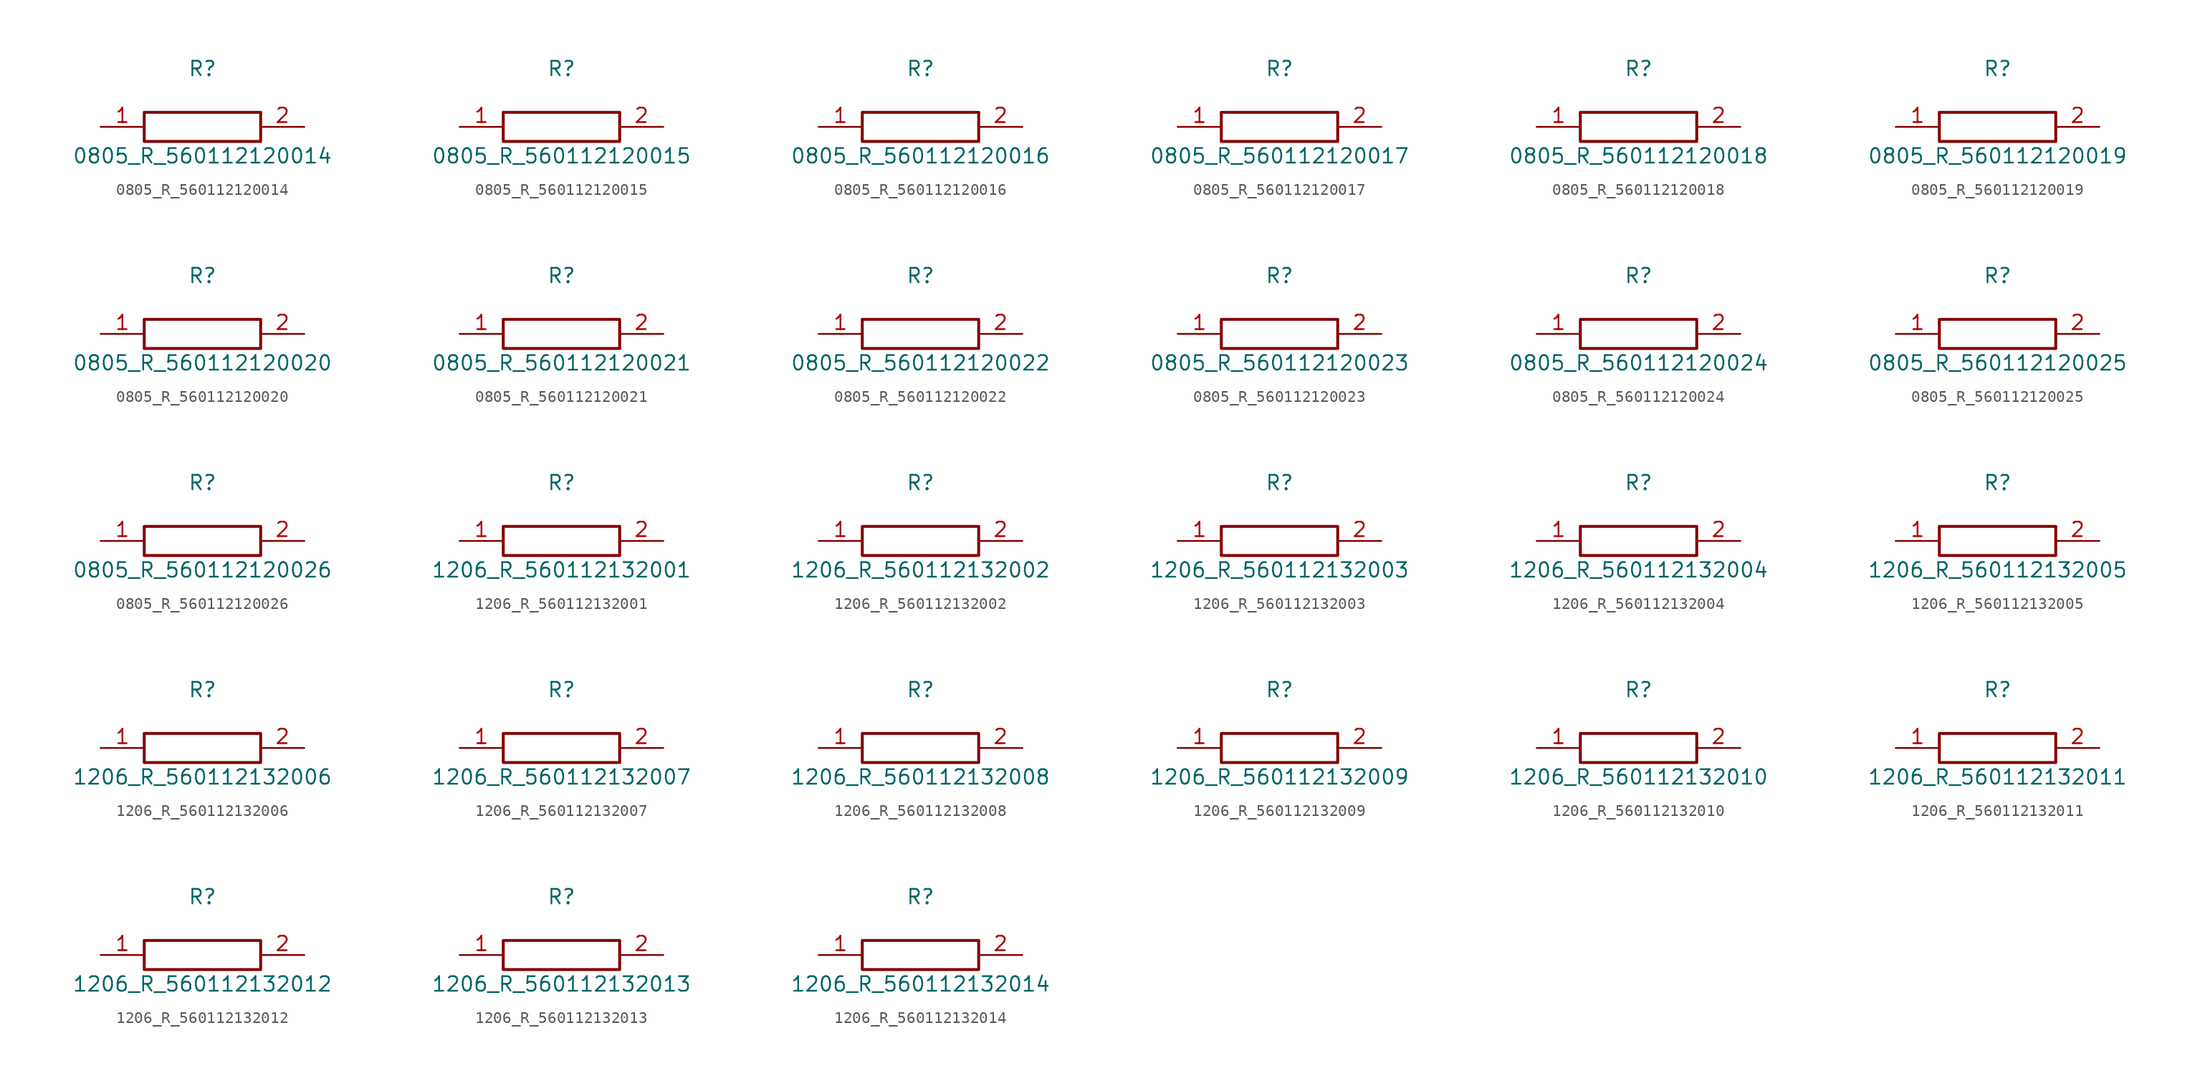
<source format=kicad_sym>
(kicad_symbol_lib
  (version 20211014)
  (generator kicad_symbol_editor)
  (symbol "Resistor_Wurth_WRIS-RSKS:0805_R_560112120014"
    (pin_names hide)
    (property "Reference" "R"
      (at 0 5.08 0)
      (effects (font (size 1.27 1.27))))
    (property "Value" "0805_R_560112120014"
      (at 0 -2.54 0)
      (effects (font (size 1.27 1.27))))
    (symbol "0805_R_560112120014_0_1"
      (rectangle (start -5.08 1.27) (end 5.08 -1.27) (stroke (width 0.254) (type solid)) (fill (type none)))
      (pin passive line (at -8.89 0 0) (length 3.81) (name "1" (effects (font (size 1.27 1.27)))) (number "1" (effects (font (size 1.27 1.27)))))
      (pin passive line (at 8.89 0 180) (length 3.81) (name "2" (effects (font (size 1.27 1.27)))) (number "2" (effects (font (size 1.27 1.27)))))))
  (symbol "Resistor_Wurth_WRIS-RSKS:0805_R_560112120015"
    (pin_names hide)
    (property "Reference" "R"
      (at 0 5.08 0)
      (effects (font (size 1.27 1.27))))
    (property "Value" "0805_R_560112120015"
      (at 0 -2.54 0)
      (effects (font (size 1.27 1.27))))
    (symbol "0805_R_560112120015_0_1"
      (rectangle (start -5.08 1.27) (end 5.08 -1.27) (stroke (width 0.254) (type solid)) (fill (type none)))
      (pin passive line (at -8.89 0 0) (length 3.81) (name "1" (effects (font (size 1.27 1.27)))) (number "1" (effects (font (size 1.27 1.27)))))
      (pin passive line (at 8.89 0 180) (length 3.81) (name "2" (effects (font (size 1.27 1.27)))) (number "2" (effects (font (size 1.27 1.27)))))))
  (symbol "Resistor_Wurth_WRIS-RSKS:0805_R_560112120016"
    (pin_names hide)
    (property "Reference" "R"
      (at 0 5.08 0)
      (effects (font (size 1.27 1.27))))
    (property "Value" "0805_R_560112120016"
      (at 0 -2.54 0)
      (effects (font (size 1.27 1.27))))
    (symbol "0805_R_560112120016_0_1"
      (rectangle (start -5.08 1.27) (end 5.08 -1.27) (stroke (width 0.254) (type solid)) (fill (type none)))
      (pin passive line (at -8.89 0 0) (length 3.81) (name "1" (effects (font (size 1.27 1.27)))) (number "1" (effects (font (size 1.27 1.27)))))
      (pin passive line (at 8.89 0 180) (length 3.81) (name "2" (effects (font (size 1.27 1.27)))) (number "2" (effects (font (size 1.27 1.27)))))))
  (symbol "Resistor_Wurth_WRIS-RSKS:0805_R_560112120017"
    (pin_names hide)
    (property "Reference" "R"
      (at 0 5.08 0)
      (effects (font (size 1.27 1.27))))
    (property "Value" "0805_R_560112120017"
      (at 0 -2.54 0)
      (effects (font (size 1.27 1.27))))
    (symbol "0805_R_560112120017_0_1"
      (rectangle (start -5.08 1.27) (end 5.08 -1.27) (stroke (width 0.254) (type solid)) (fill (type none)))
      (pin passive line (at -8.89 0 0) (length 3.81) (name "1" (effects (font (size 1.27 1.27)))) (number "1" (effects (font (size 1.27 1.27)))))
      (pin passive line (at 8.89 0 180) (length 3.81) (name "2" (effects (font (size 1.27 1.27)))) (number "2" (effects (font (size 1.27 1.27)))))))
  (symbol "Resistor_Wurth_WRIS-RSKS:0805_R_560112120018"
    (pin_names hide)
    (property "Reference" "R"
      (at 0 5.08 0)
      (effects (font (size 1.27 1.27))))
    (property "Value" "0805_R_560112120018"
      (at 0 -2.54 0)
      (effects (font (size 1.27 1.27))))
    (symbol "0805_R_560112120018_0_1"
      (rectangle (start -5.08 1.27) (end 5.08 -1.27) (stroke (width 0.254) (type solid)) (fill (type none)))
      (pin passive line (at -8.89 0 0) (length 3.81) (name "1" (effects (font (size 1.27 1.27)))) (number "1" (effects (font (size 1.27 1.27)))))
      (pin passive line (at 8.89 0 180) (length 3.81) (name "2" (effects (font (size 1.27 1.27)))) (number "2" (effects (font (size 1.27 1.27)))))))
  (symbol "Resistor_Wurth_WRIS-RSKS:0805_R_560112120019"
    (pin_names hide)
    (property "Reference" "R"
      (at 0 5.08 0)
      (effects (font (size 1.27 1.27))))
    (property "Value" "0805_R_560112120019"
      (at 0 -2.54 0)
      (effects (font (size 1.27 1.27))))
    (symbol "0805_R_560112120019_0_1"
      (rectangle (start -5.08 1.27) (end 5.08 -1.27) (stroke (width 0.254) (type solid)) (fill (type none)))
      (pin passive line (at -8.89 0 0) (length 3.81) (name "1" (effects (font (size 1.27 1.27)))) (number "1" (effects (font (size 1.27 1.27)))))
      (pin passive line (at 8.89 0 180) (length 3.81) (name "2" (effects (font (size 1.27 1.27)))) (number "2" (effects (font (size 1.27 1.27)))))))
  (symbol "Resistor_Wurth_WRIS-RSKS:0805_R_560112120020"
    (pin_names hide)
    (property "Reference" "R"
      (at 0 5.08 0)
      (effects (font (size 1.27 1.27))))
    (property "Value" "0805_R_560112120020"
      (at 0 -2.54 0)
      (effects (font (size 1.27 1.27))))
    (symbol "0805_R_560112120020_0_1"
      (rectangle (start -5.08 1.27) (end 5.08 -1.27) (stroke (width 0.254) (type solid)) (fill (type none)))
      (pin passive line (at -8.89 0 0) (length 3.81) (name "1" (effects (font (size 1.27 1.27)))) (number "1" (effects (font (size 1.27 1.27)))))
      (pin passive line (at 8.89 0 180) (length 3.81) (name "2" (effects (font (size 1.27 1.27)))) (number "2" (effects (font (size 1.27 1.27)))))))
  (symbol "Resistor_Wurth_WRIS-RSKS:0805_R_560112120021"
    (pin_names hide)
    (property "Reference" "R"
      (at 0 5.08 0)
      (effects (font (size 1.27 1.27))))
    (property "Value" "0805_R_560112120021"
      (at 0 -2.54 0)
      (effects (font (size 1.27 1.27))))
    (symbol "0805_R_560112120021_0_1"
      (rectangle (start -5.08 1.27) (end 5.08 -1.27) (stroke (width 0.254) (type solid)) (fill (type none)))
      (pin passive line (at -8.89 0 0) (length 3.81) (name "1" (effects (font (size 1.27 1.27)))) (number "1" (effects (font (size 1.27 1.27)))))
      (pin passive line (at 8.89 0 180) (length 3.81) (name "2" (effects (font (size 1.27 1.27)))) (number "2" (effects (font (size 1.27 1.27)))))))
  (symbol "Resistor_Wurth_WRIS-RSKS:0805_R_560112120022"
    (pin_names hide)
    (property "Reference" "R"
      (at 0 5.08 0)
      (effects (font (size 1.27 1.27))))
    (property "Value" "0805_R_560112120022"
      (at 0 -2.54 0)
      (effects (font (size 1.27 1.27))))
    (symbol "0805_R_560112120022_0_1"
      (rectangle (start -5.08 1.27) (end 5.08 -1.27) (stroke (width 0.254) (type solid)) (fill (type none)))
      (pin passive line (at -8.89 0 0) (length 3.81) (name "1" (effects (font (size 1.27 1.27)))) (number "1" (effects (font (size 1.27 1.27)))))
      (pin passive line (at 8.89 0 180) (length 3.81) (name "2" (effects (font (size 1.27 1.27)))) (number "2" (effects (font (size 1.27 1.27)))))))
  (symbol "Resistor_Wurth_WRIS-RSKS:0805_R_560112120023"
    (pin_names hide)
    (property "Reference" "R"
      (at 0 5.08 0)
      (effects (font (size 1.27 1.27))))
    (property "Value" "0805_R_560112120023"
      (at 0 -2.54 0)
      (effects (font (size 1.27 1.27))))
    (symbol "0805_R_560112120023_0_1"
      (rectangle (start -5.08 1.27) (end 5.08 -1.27) (stroke (width 0.254) (type solid)) (fill (type none)))
      (pin passive line (at -8.89 0 0) (length 3.81) (name "1" (effects (font (size 1.27 1.27)))) (number "1" (effects (font (size 1.27 1.27)))))
      (pin passive line (at 8.89 0 180) (length 3.81) (name "2" (effects (font (size 1.27 1.27)))) (number "2" (effects (font (size 1.27 1.27)))))))
  (symbol "Resistor_Wurth_WRIS-RSKS:0805_R_560112120024"
    (pin_names hide)
    (property "Reference" "R"
      (at 0 5.08 0)
      (effects (font (size 1.27 1.27))))
    (property "Value" "0805_R_560112120024"
      (at 0 -2.54 0)
      (effects (font (size 1.27 1.27))))
    (symbol "0805_R_560112120024_0_1"
      (rectangle (start -5.08 1.27) (end 5.08 -1.27) (stroke (width 0.254) (type solid)) (fill (type none)))
      (pin passive line (at -8.89 0 0) (length 3.81) (name "1" (effects (font (size 1.27 1.27)))) (number "1" (effects (font (size 1.27 1.27)))))
      (pin passive line (at 8.89 0 180) (length 3.81) (name "2" (effects (font (size 1.27 1.27)))) (number "2" (effects (font (size 1.27 1.27)))))))
  (symbol "Resistor_Wurth_WRIS-RSKS:0805_R_560112120025"
    (pin_names hide)
    (property "Reference" "R"
      (at 0 5.08 0)
      (effects (font (size 1.27 1.27))))
    (property "Value" "0805_R_560112120025"
      (at 0 -2.54 0)
      (effects (font (size 1.27 1.27))))
    (symbol "0805_R_560112120025_0_1"
      (rectangle (start -5.08 1.27) (end 5.08 -1.27) (stroke (width 0.254) (type solid)) (fill (type none)))
      (pin passive line (at -8.89 0 0) (length 3.81) (name "1" (effects (font (size 1.27 1.27)))) (number "1" (effects (font (size 1.27 1.27)))))
      (pin passive line (at 8.89 0 180) (length 3.81) (name "2" (effects (font (size 1.27 1.27)))) (number "2" (effects (font (size 1.27 1.27)))))))
  (symbol "Resistor_Wurth_WRIS-RSKS:0805_R_560112120026"
    (pin_names hide)
    (property "Reference" "R"
      (at 0 5.08 0)
      (effects (font (size 1.27 1.27))))
    (property "Value" "0805_R_560112120026"
      (at 0 -2.54 0)
      (effects (font (size 1.27 1.27))))
    (symbol "0805_R_560112120026_0_1"
      (rectangle (start -5.08 1.27) (end 5.08 -1.27) (stroke (width 0.254) (type solid)) (fill (type none)))
      (pin passive line (at -8.89 0 0) (length 3.81) (name "1" (effects (font (size 1.27 1.27)))) (number "1" (effects (font (size 1.27 1.27)))))
      (pin passive line (at 8.89 0 180) (length 3.81) (name "2" (effects (font (size 1.27 1.27)))) (number "2" (effects (font (size 1.27 1.27)))))))
  (symbol "Resistor_Wurth_WRIS-RSKS:1206_R_560112132001"
    (pin_names hide)
    (property "Reference" "R"
      (at 0 5.08 0)
      (effects (font (size 1.27 1.27))))
    (property "Value" "1206_R_560112132001"
      (at 0 -2.54 0)
      (effects (font (size 1.27 1.27))))
    (symbol "1206_R_560112132001_0_1"
      (rectangle (start -5.08 1.27) (end 5.08 -1.27) (stroke (width 0.254) (type solid)) (fill (type none)))
      (pin passive line (at -8.89 0 0) (length 3.81) (name "1" (effects (font (size 1.27 1.27)))) (number "1" (effects (font (size 1.27 1.27)))))
      (pin passive line (at 8.89 0 180) (length 3.81) (name "2" (effects (font (size 1.27 1.27)))) (number "2" (effects (font (size 1.27 1.27)))))))
  (symbol "Resistor_Wurth_WRIS-RSKS:1206_R_560112132002"
    (pin_names hide)
    (property "Reference" "R"
      (at 0 5.08 0)
      (effects (font (size 1.27 1.27))))
    (property "Value" "1206_R_560112132002"
      (at 0 -2.54 0)
      (effects (font (size 1.27 1.27))))
    (symbol "1206_R_560112132002_0_1"
      (rectangle (start -5.08 1.27) (end 5.08 -1.27) (stroke (width 0.254) (type solid)) (fill (type none)))
      (pin passive line (at -8.89 0 0) (length 3.81) (name "1" (effects (font (size 1.27 1.27)))) (number "1" (effects (font (size 1.27 1.27)))))
      (pin passive line (at 8.89 0 180) (length 3.81) (name "2" (effects (font (size 1.27 1.27)))) (number "2" (effects (font (size 1.27 1.27)))))))
  (symbol "Resistor_Wurth_WRIS-RSKS:1206_R_560112132003"
    (pin_names hide)
    (property "Reference" "R"
      (at 0 5.08 0)
      (effects (font (size 1.27 1.27))))
    (property "Value" "1206_R_560112132003"
      (at 0 -2.54 0)
      (effects (font (size 1.27 1.27))))
    (symbol "1206_R_560112132003_0_1"
      (rectangle (start -5.08 1.27) (end 5.08 -1.27) (stroke (width 0.254) (type solid)) (fill (type none)))
      (pin passive line (at -8.89 0 0) (length 3.81) (name "1" (effects (font (size 1.27 1.27)))) (number "1" (effects (font (size 1.27 1.27)))))
      (pin passive line (at 8.89 0 180) (length 3.81) (name "2" (effects (font (size 1.27 1.27)))) (number "2" (effects (font (size 1.27 1.27)))))))
  (symbol "Resistor_Wurth_WRIS-RSKS:1206_R_560112132004"
    (pin_names hide)
    (property "Reference" "R"
      (at 0 5.08 0)
      (effects (font (size 1.27 1.27))))
    (property "Value" "1206_R_560112132004"
      (at 0 -2.54 0)
      (effects (font (size 1.27 1.27))))
    (symbol "1206_R_560112132004_0_1"
      (rectangle (start -5.08 1.27) (end 5.08 -1.27) (stroke (width 0.254) (type solid)) (fill (type none)))
      (pin passive line (at -8.89 0 0) (length 3.81) (name "1" (effects (font (size 1.27 1.27)))) (number "1" (effects (font (size 1.27 1.27)))))
      (pin passive line (at 8.89 0 180) (length 3.81) (name "2" (effects (font (size 1.27 1.27)))) (number "2" (effects (font (size 1.27 1.27)))))))
  (symbol "Resistor_Wurth_WRIS-RSKS:1206_R_560112132005"
    (pin_names hide)
    (property "Reference" "R"
      (at 0 5.08 0)
      (effects (font (size 1.27 1.27))))
    (property "Value" "1206_R_560112132005"
      (at 0 -2.54 0)
      (effects (font (size 1.27 1.27))))
    (symbol "1206_R_560112132005_0_1"
      (rectangle (start -5.08 1.27) (end 5.08 -1.27) (stroke (width 0.254) (type solid)) (fill (type none)))
      (pin passive line (at -8.89 0 0) (length 3.81) (name "1" (effects (font (size 1.27 1.27)))) (number "1" (effects (font (size 1.27 1.27)))))
      (pin passive line (at 8.89 0 180) (length 3.81) (name "2" (effects (font (size 1.27 1.27)))) (number "2" (effects (font (size 1.27 1.27)))))))
  (symbol "Resistor_Wurth_WRIS-RSKS:1206_R_560112132006"
    (pin_names hide)
    (property "Reference" "R"
      (at 0 5.08 0)
      (effects (font (size 1.27 1.27))))
    (property "Value" "1206_R_560112132006"
      (at 0 -2.54 0)
      (effects (font (size 1.27 1.27))))
    (symbol "1206_R_560112132006_0_1"
      (rectangle (start -5.08 1.27) (end 5.08 -1.27) (stroke (width 0.254) (type solid)) (fill (type none)))
      (pin passive line (at -8.89 0 0) (length 3.81) (name "1" (effects (font (size 1.27 1.27)))) (number "1" (effects (font (size 1.27 1.27)))))
      (pin passive line (at 8.89 0 180) (length 3.81) (name "2" (effects (font (size 1.27 1.27)))) (number "2" (effects (font (size 1.27 1.27)))))))
  (symbol "Resistor_Wurth_WRIS-RSKS:1206_R_560112132007"
    (pin_names hide)
    (property "Reference" "R"
      (at 0 5.08 0)
      (effects (font (size 1.27 1.27))))
    (property "Value" "1206_R_560112132007"
      (at 0 -2.54 0)
      (effects (font (size 1.27 1.27))))
    (symbol "1206_R_560112132007_0_1"
      (rectangle (start -5.08 1.27) (end 5.08 -1.27) (stroke (width 0.254) (type solid)) (fill (type none)))
      (pin passive line (at -8.89 0 0) (length 3.81) (name "1" (effects (font (size 1.27 1.27)))) (number "1" (effects (font (size 1.27 1.27)))))
      (pin passive line (at 8.89 0 180) (length 3.81) (name "2" (effects (font (size 1.27 1.27)))) (number "2" (effects (font (size 1.27 1.27)))))))
  (symbol "Resistor_Wurth_WRIS-RSKS:1206_R_560112132008"
    (pin_names hide)
    (property "Reference" "R"
      (at 0 5.08 0)
      (effects (font (size 1.27 1.27))))
    (property "Value" "1206_R_560112132008"
      (at 0 -2.54 0)
      (effects (font (size 1.27 1.27))))
    (symbol "1206_R_560112132008_0_1"
      (rectangle (start -5.08 1.27) (end 5.08 -1.27) (stroke (width 0.254) (type solid)) (fill (type none)))
      (pin passive line (at -8.89 0 0) (length 3.81) (name "1" (effects (font (size 1.27 1.27)))) (number "1" (effects (font (size 1.27 1.27)))))
      (pin passive line (at 8.89 0 180) (length 3.81) (name "2" (effects (font (size 1.27 1.27)))) (number "2" (effects (font (size 1.27 1.27)))))))
  (symbol "Resistor_Wurth_WRIS-RSKS:1206_R_560112132009"
    (pin_names hide)
    (property "Reference" "R"
      (at 0 5.08 0)
      (effects (font (size 1.27 1.27))))
    (property "Value" "1206_R_560112132009"
      (at 0 -2.54 0)
      (effects (font (size 1.27 1.27))))
    (symbol "1206_R_560112132009_0_1"
      (rectangle (start -5.08 1.27) (end 5.08 -1.27) (stroke (width 0.254) (type solid)) (fill (type none)))
      (pin passive line (at -8.89 0 0) (length 3.81) (name "1" (effects (font (size 1.27 1.27)))) (number "1" (effects (font (size 1.27 1.27)))))
      (pin passive line (at 8.89 0 180) (length 3.81) (name "2" (effects (font (size 1.27 1.27)))) (number "2" (effects (font (size 1.27 1.27)))))))
  (symbol "Resistor_Wurth_WRIS-RSKS:1206_R_560112132010"
    (pin_names hide)
    (property "Reference" "R"
      (at 0 5.08 0)
      (effects (font (size 1.27 1.27))))
    (property "Value" "1206_R_560112132010"
      (at 0 -2.54 0)
      (effects (font (size 1.27 1.27))))
    (symbol "1206_R_560112132010_0_1"
      (rectangle (start -5.08 1.27) (end 5.08 -1.27) (stroke (width 0.254) (type solid)) (fill (type none)))
      (pin passive line (at -8.89 0 0) (length 3.81) (name "1" (effects (font (size 1.27 1.27)))) (number "1" (effects (font (size 1.27 1.27)))))
      (pin passive line (at 8.89 0 180) (length 3.81) (name "2" (effects (font (size 1.27 1.27)))) (number "2" (effects (font (size 1.27 1.27)))))))
  (symbol "Resistor_Wurth_WRIS-RSKS:1206_R_560112132011"
    (pin_names hide)
    (property "Reference" "R"
      (at 0 5.08 0)
      (effects (font (size 1.27 1.27))))
    (property "Value" "1206_R_560112132011"
      (at 0 -2.54 0)
      (effects (font (size 1.27 1.27))))
    (symbol "1206_R_560112132011_0_1"
      (rectangle (start -5.08 1.27) (end 5.08 -1.27) (stroke (width 0.254) (type solid)) (fill (type none)))
      (pin passive line (at -8.89 0 0) (length 3.81) (name "1" (effects (font (size 1.27 1.27)))) (number "1" (effects (font (size 1.27 1.27)))))
      (pin passive line (at 8.89 0 180) (length 3.81) (name "2" (effects (font (size 1.27 1.27)))) (number "2" (effects (font (size 1.27 1.27)))))))
  (symbol "Resistor_Wurth_WRIS-RSKS:1206_R_560112132012"
    (pin_names hide)
    (property "Reference" "R"
      (at 0 5.08 0)
      (effects (font (size 1.27 1.27))))
    (property "Value" "1206_R_560112132012"
      (at 0 -2.54 0)
      (effects (font (size 1.27 1.27))))
    (symbol "1206_R_560112132012_0_1"
      (rectangle (start -5.08 1.27) (end 5.08 -1.27) (stroke (width 0.254) (type solid)) (fill (type none)))
      (pin passive line (at -8.89 0 0) (length 3.81) (name "1" (effects (font (size 1.27 1.27)))) (number "1" (effects (font (size 1.27 1.27)))))
      (pin passive line (at 8.89 0 180) (length 3.81) (name "2" (effects (font (size 1.27 1.27)))) (number "2" (effects (font (size 1.27 1.27)))))))
  (symbol "Resistor_Wurth_WRIS-RSKS:1206_R_560112132013"
    (pin_names hide)
    (property "Reference" "R"
      (at 0 5.08 0)
      (effects (font (size 1.27 1.27))))
    (property "Value" "1206_R_560112132013"
      (at 0 -2.54 0)
      (effects (font (size 1.27 1.27))))
    (symbol "1206_R_560112132013_0_1"
      (rectangle (start -5.08 1.27) (end 5.08 -1.27) (stroke (width 0.254) (type solid)) (fill (type none)))
      (pin passive line (at -8.89 0 0) (length 3.81) (name "1" (effects (font (size 1.27 1.27)))) (number "1" (effects (font (size 1.27 1.27)))))
      (pin passive line (at 8.89 0 180) (length 3.81) (name "2" (effects (font (size 1.27 1.27)))) (number "2" (effects (font (size 1.27 1.27)))))))
  (symbol "Resistor_Wurth_WRIS-RSKS:1206_R_560112132014"
    (pin_names hide)
    (property "Reference" "R"
      (at 0 5.08 0)
      (effects (font (size 1.27 1.27))))
    (property "Value" "1206_R_560112132014"
      (at 0 -2.54 0)
      (effects (font (size 1.27 1.27))))
    (symbol "1206_R_560112132014_0_1"
      (rectangle (start -5.08 1.27) (end 5.08 -1.27) (stroke (width 0.254) (type solid)) (fill (type none)))
      (pin passive line (at -8.89 0 0) (length 3.81) (name "1" (effects (font (size 1.27 1.27)))) (number "1" (effects (font (size 1.27 1.27)))))
      (pin passive line (at 8.89 0 180) (length 3.81) (name "2" (effects (font (size 1.27 1.27)))) (number "2" (effects (font (size 1.27 1.27))))))))
</source>
